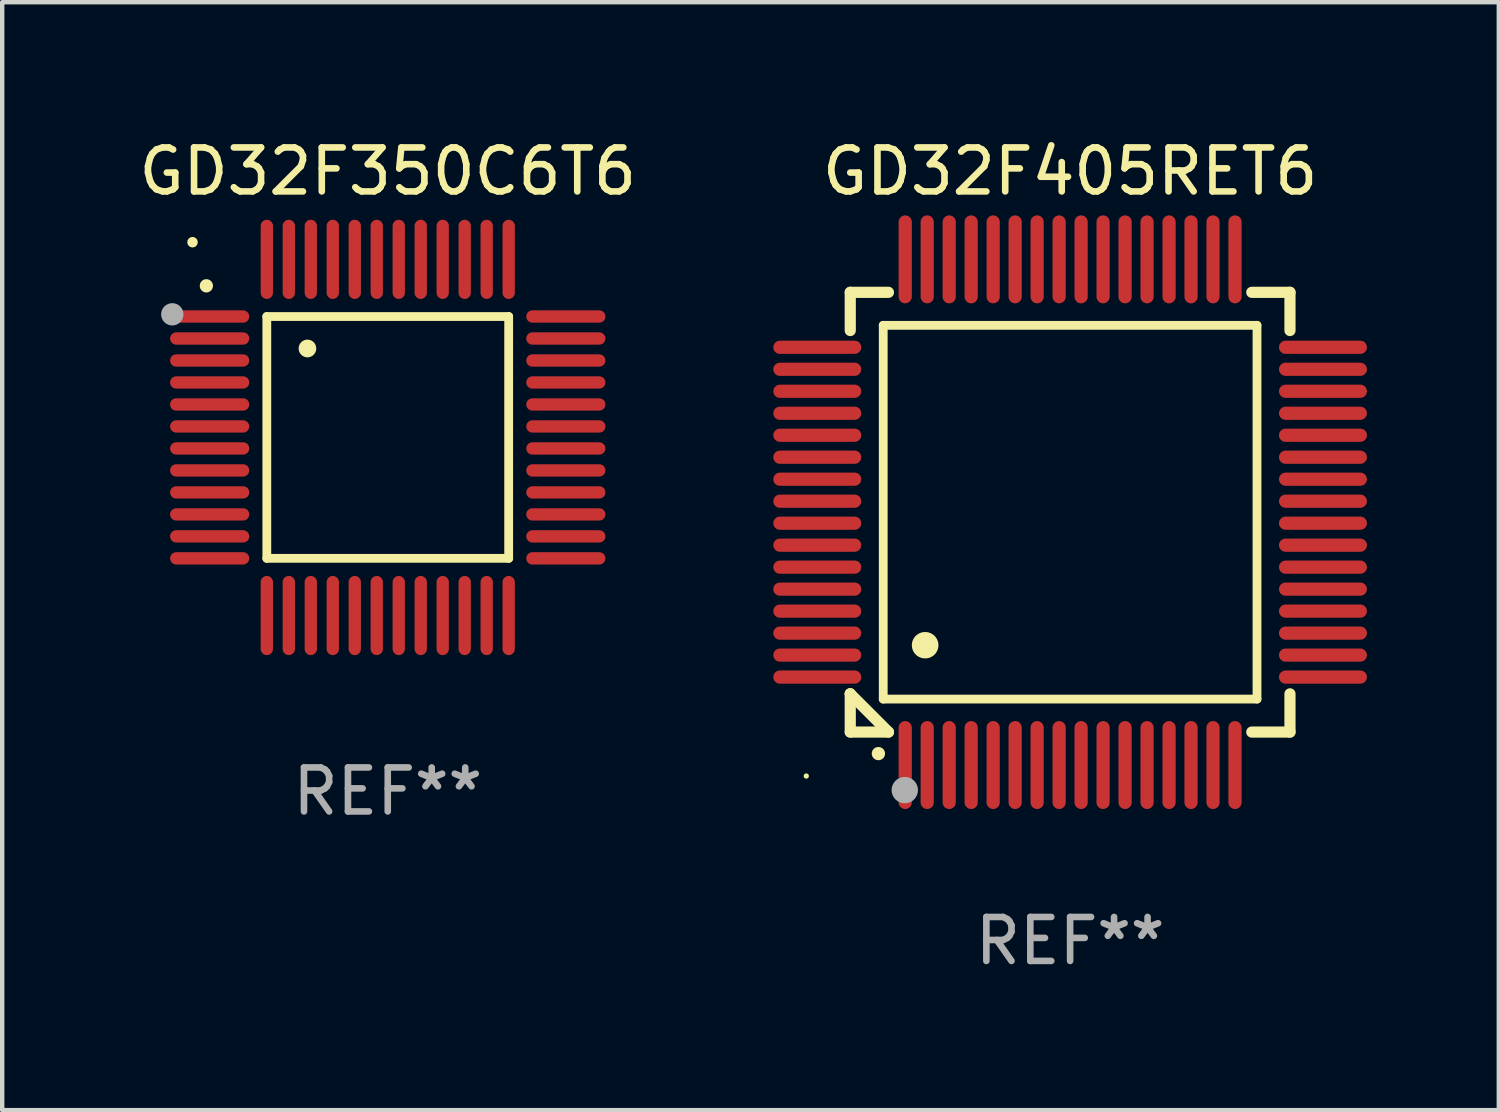
<source format=kicad_pcb>
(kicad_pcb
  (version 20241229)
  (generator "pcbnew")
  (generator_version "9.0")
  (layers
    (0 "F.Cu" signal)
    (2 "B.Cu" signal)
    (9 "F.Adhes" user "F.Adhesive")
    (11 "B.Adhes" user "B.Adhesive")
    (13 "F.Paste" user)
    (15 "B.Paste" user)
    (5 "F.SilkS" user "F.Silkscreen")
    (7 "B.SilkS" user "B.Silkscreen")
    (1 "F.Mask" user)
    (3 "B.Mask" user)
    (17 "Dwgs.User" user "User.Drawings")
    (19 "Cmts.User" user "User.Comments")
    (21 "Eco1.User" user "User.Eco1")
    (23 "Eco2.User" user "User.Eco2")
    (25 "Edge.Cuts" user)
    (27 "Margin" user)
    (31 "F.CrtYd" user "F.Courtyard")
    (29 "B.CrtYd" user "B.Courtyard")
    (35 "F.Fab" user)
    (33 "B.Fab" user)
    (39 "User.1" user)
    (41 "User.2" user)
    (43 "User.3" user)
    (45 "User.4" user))
  (footprint "GD32F350C6T6"
    (layer "F.Cu")
    (at 5.768 6.898)
    (property "Reference" "GD32F350C6T6" (at 0 -6.05 0) (layer "F.SilkS") (effects (font (size 1 1) (thickness 0.15))))
    (attr through_hole)
    (fp_line (start -2.75 -2.75) (end 2.75 -2.75) (stroke (width 0.2) (type solid)) (layer "F.SilkS"))
    (fp_line (start -2.75 2.75) (end -2.75 -2.75) (stroke (width 0.2) (type solid)) (layer "F.SilkS"))
    (fp_line (start 2.75 -2.75) (end 2.75 2.75) (stroke (width 0.2) (type solid)) (layer "F.SilkS"))
    (fp_line (start 2.75 2.75) (end -2.75 2.75) (stroke (width 0.2) (type solid)) (layer "F.SilkS"))
    (fp_arc (start -4.124968 -3.446787) (mid -4.124973 -3.448057) (end -4.124968 -3.449327) (stroke (width 0.3) (type solid)) (layer "F.SilkS"))
    (fp_arc (start -1.826264 -2.021844) (mid -1.826268 -2.023114) (end -1.826264 -2.024384) (stroke (width 0.4) (type solid)) (layer "F.SilkS"))
    (fp_circle (center -4.44 -4.44) (end -4.38 -4.44) (stroke (width 0.12) (type solid)) (fill no) (layer "F.SilkS"))
    (fp_circle (center -4.9 -2.8) (end -4.773 -2.8) (stroke (width 0.254) (type solid)) (fill no) (layer "F.Fab"))
    (fp_text user "REF**" (at 0 8.05 0) (layer "F.Fab") (effects (font (size 1 1) (thickness 0.15))))
    (pad "1" smd oval (at -4.05 -2.75 90) (size 0.28 1.8) (layers "F.Cu" "F.Mask" "F.Paste"))
    (pad "2" smd oval (at -4.05 -2.25 90) (size 0.28 1.8) (layers "F.Cu" "F.Mask" "F.Paste"))
    (pad "3" smd oval (at -4.05 -1.75 90) (size 0.28 1.8) (layers "F.Cu" "F.Mask" "F.Paste"))
    (pad "4" smd oval (at -4.05 -1.25 90) (size 0.28 1.8) (layers "F.Cu" "F.Mask" "F.Paste"))
    (pad "5" smd oval (at -4.05 -0.75 90) (size 0.28 1.8) (layers "F.Cu" "F.Mask" "F.Paste"))
    (pad "6" smd oval (at -4.05 -0.25 90) (size 0.28 1.8) (layers "F.Cu" "F.Mask" "F.Paste"))
    (pad "7" smd oval (at -4.05 0.25 90) (size 0.28 1.8) (layers "F.Cu" "F.Mask" "F.Paste"))
    (pad "8" smd oval (at -4.05 0.75 90) (size 0.28 1.8) (layers "F.Cu" "F.Mask" "F.Paste"))
    (pad "9" smd oval (at -4.05 1.25 90) (size 0.28 1.8) (layers "F.Cu" "F.Mask" "F.Paste"))
    (pad "10" smd oval (at -4.05 1.75 90) (size 0.28 1.8) (layers "F.Cu" "F.Mask" "F.Paste"))
    (pad "11" smd oval (at -4.05 2.25 90) (size 0.28 1.8) (layers "F.Cu" "F.Mask" "F.Paste"))
    (pad "12" smd oval (at -4.05 2.75 90) (size 0.28 1.8) (layers "F.Cu" "F.Mask" "F.Paste"))
    (pad "13" smd oval (at -2.75 4.05) (size 0.28 1.8) (layers "F.Cu" "F.Mask" "F.Paste"))
    (pad "14" smd oval (at -2.25 4.05) (size 0.28 1.8) (layers "F.Cu" "F.Mask" "F.Paste"))
    (pad "15" smd oval (at -1.75 4.05) (size 0.28 1.8) (layers "F.Cu" "F.Mask" "F.Paste"))
    (pad "16" smd oval (at -1.25 4.05) (size 0.28 1.8) (layers "F.Cu" "F.Mask" "F.Paste"))
    (pad "17" smd oval (at -0.75 4.05) (size 0.28 1.8) (layers "F.Cu" "F.Mask" "F.Paste"))
    (pad "18" smd oval (at -0.25 4.05) (size 0.28 1.8) (layers "F.Cu" "F.Mask" "F.Paste"))
    (pad "19" smd oval (at 0.25 4.05) (size 0.28 1.8) (layers "F.Cu" "F.Mask" "F.Paste"))
    (pad "20" smd oval (at 0.75 4.05) (size 0.28 1.8) (layers "F.Cu" "F.Mask" "F.Paste"))
    (pad "21" smd oval (at 1.25 4.05) (size 0.28 1.8) (layers "F.Cu" "F.Mask" "F.Paste"))
    (pad "22" smd oval (at 1.75 4.05) (size 0.28 1.8) (layers "F.Cu" "F.Mask" "F.Paste"))
    (pad "23" smd oval (at 2.25 4.05) (size 0.28 1.8) (layers "F.Cu" "F.Mask" "F.Paste"))
    (pad "24" smd oval (at 2.75 4.05) (size 0.28 1.8) (layers "F.Cu" "F.Mask" "F.Paste"))
    (pad "25" smd oval (at 4.05 2.75 90) (size 0.28 1.8) (layers "F.Cu" "F.Mask" "F.Paste"))
    (pad "26" smd oval (at 4.05 2.25 90) (size 0.28 1.8) (layers "F.Cu" "F.Mask" "F.Paste"))
    (pad "27" smd oval (at 4.05 1.75 90) (size 0.28 1.8) (layers "F.Cu" "F.Mask" "F.Paste"))
    (pad "28" smd oval (at 4.05 1.25 90) (size 0.28 1.8) (layers "F.Cu" "F.Mask" "F.Paste"))
    (pad "29" smd oval (at 4.05 0.75 90) (size 0.28 1.8) (layers "F.Cu" "F.Mask" "F.Paste"))
    (pad "30" smd oval (at 4.05 0.25 90) (size 0.28 1.8) (layers "F.Cu" "F.Mask" "F.Paste"))
    (pad "31" smd oval (at 4.05 -0.25 90) (size 0.28 1.8) (layers "F.Cu" "F.Mask" "F.Paste"))
    (pad "32" smd oval (at 4.05 -0.75 90) (size 0.28 1.8) (layers "F.Cu" "F.Mask" "F.Paste"))
    (pad "33" smd oval (at 4.05 -1.25 90) (size 0.28 1.8) (layers "F.Cu" "F.Mask" "F.Paste"))
    (pad "34" smd oval (at 4.05 -1.75 90) (size 0.28 1.8) (layers "F.Cu" "F.Mask" "F.Paste"))
    (pad "35" smd oval (at 4.05 -2.25 90) (size 0.28 1.8) (layers "F.Cu" "F.Mask" "F.Paste"))
    (pad "36" smd oval (at 4.05 -2.75 90) (size 0.28 1.8) (layers "F.Cu" "F.Mask" "F.Paste"))
    (pad "37" smd oval (at 2.75 -4.05) (size 0.28 1.8) (layers "F.Cu" "F.Mask" "F.Paste"))
    (pad "38" smd oval (at 2.25 -4.05) (size 0.28 1.8) (layers "F.Cu" "F.Mask" "F.Paste"))
    (pad "39" smd oval (at 1.75 -4.05) (size 0.28 1.8) (layers "F.Cu" "F.Mask" "F.Paste"))
    (pad "40" smd oval (at 1.25 -4.05) (size 0.28 1.8) (layers "F.Cu" "F.Mask" "F.Paste"))
    (pad "41" smd oval (at 0.75 -4.05) (size 0.28 1.8) (layers "F.Cu" "F.Mask" "F.Paste"))
    (pad "42" smd oval (at 0.25 -4.05) (size 0.28 1.8) (layers "F.Cu" "F.Mask" "F.Paste"))
    (pad "43" smd oval (at -0.25 -4.05) (size 0.28 1.8) (layers "F.Cu" "F.Mask" "F.Paste"))
    (pad "44" smd oval (at -0.75 -4.05) (size 0.28 1.8) (layers "F.Cu" "F.Mask" "F.Paste"))
    (pad "45" smd oval (at -1.25 -4.05) (size 0.28 1.8) (layers "F.Cu" "F.Mask" "F.Paste"))
    (pad "46" smd oval (at -1.75 -4.05) (size 0.28 1.8) (layers "F.Cu" "F.Mask" "F.Paste"))
    (pad "47" smd oval (at -2.25 -4.05) (size 0.28 1.8) (layers "F.Cu" "F.Mask" "F.Paste"))
    (pad "48" smd oval (at -2.75 -4.05) (size 0.28 1.8) (layers "F.Cu" "F.Mask" "F.Paste")))
  (footprint "GD32F405RET6"
    (layer "F.Cu")
    (at 21.286 8.598)
    (property "Reference" "GD32F405RET6" (at 0 -7.75 0) (layer "F.SilkS") (effects (font (size 1 1) (thickness 0.15))))
    (attr through_hole)
    (fp_line (start -5 -5) (end -4.131 -5) (stroke (width 0.254) (type solid)) (layer "F.SilkS"))
    (fp_line (start -5 -4.131) (end -5 -5) (stroke (width 0.254) (type solid)) (layer "F.SilkS"))
    (fp_line (start -5 4.131) (end -5 4.131) (stroke (width 0.254) (type solid)) (layer "F.SilkS"))
    (fp_line (start -5 5) (end -5 4.131) (stroke (width 0.254) (type solid)) (layer "F.SilkS"))
    (fp_line (start -5 4.131) (end -4.131 5) (stroke (width 0.254) (type solid)) (layer "F.SilkS"))
    (fp_line (start -4.25 -4.25) (end -4.25 4.25) (stroke (width 0.2) (type solid)) (layer "F.SilkS"))
    (fp_line (start -4.25 4.25) (end 4.25 4.25) (stroke (width 0.2) (type solid)) (layer "F.SilkS"))
    (fp_line (start -4.131 5) (end -5 5) (stroke (width 0.254) (type solid)) (layer "F.SilkS"))
    (fp_line (start 4.25 -4.25) (end -4.25 -4.25) (stroke (width 0.2) (type solid)) (layer "F.SilkS"))
    (fp_line (start 4.25 4.25) (end 4.25 -4.25) (stroke (width 0.2) (type solid)) (layer "F.SilkS"))
    (fp_line (start 5 -5) (end 4.131 -5) (stroke (width 0.254) (type solid)) (layer "F.SilkS"))
    (fp_line (start 5 -5) (end 5 -4.131) (stroke (width 0.254) (type solid)) (layer "F.SilkS"))
    (fp_line (start 5 4.131) (end 5 5) (stroke (width 0.254) (type solid)) (layer "F.SilkS"))
    (fp_line (start 5 5) (end 4.131 5) (stroke (width 0.254) (type solid)) (layer "F.SilkS"))
    (fp_arc (start -4.361265 5.489992) (mid -4.359995 5.489987) (end -4.358725 5.489992) (stroke (width 0.3) (type solid)) (layer "F.SilkS"))
    (fp_arc (start -3.299467 3.025146) (mid -3.296927 3.025135) (end -3.294387 3.025146) (stroke (width 0.6) (type solid)) (layer "F.SilkS"))
    (fp_circle (center -6 6) (end -5.97 6) (stroke (width 0.06) (type solid)) (fill no) (layer "F.SilkS"))
    (fp_circle (center -3.76 6.32) (end -3.61 6.32) (stroke (width 0.3) (type solid)) (fill no) (layer "F.Fab"))
    (fp_text user "REF**" (at 0 9.75 0) (layer "F.Fab") (effects (font (size 1 1) (thickness 0.15))))
    (pad "1" smd oval (at -3.75 5.75) (size 0.3 2) (layers "F.Cu" "F.Mask" "F.Paste"))
    (pad "2" smd oval (at -3.25 5.75) (size 0.3 2) (layers "F.Cu" "F.Mask" "F.Paste"))
    (pad "3" smd oval (at -2.75 5.75) (size 0.3 2) (layers "F.Cu" "F.Mask" "F.Paste"))
    (pad "4" smd oval (at -2.25 5.75) (size 0.3 2) (layers "F.Cu" "F.Mask" "F.Paste"))
    (pad "5" smd oval (at -1.75 5.75) (size 0.3 2) (layers "F.Cu" "F.Mask" "F.Paste"))
    (pad "6" smd oval (at -1.25 5.75) (size 0.3 2) (layers "F.Cu" "F.Mask" "F.Paste"))
    (pad "7" smd oval (at -0.75 5.75) (size 0.3 2) (layers "F.Cu" "F.Mask" "F.Paste"))
    (pad "8" smd oval (at -0.25 5.75) (size 0.3 2) (layers "F.Cu" "F.Mask" "F.Paste"))
    (pad "9" smd oval (at 0.25 5.75) (size 0.3 2) (layers "F.Cu" "F.Mask" "F.Paste"))
    (pad "10" smd oval (at 0.75 5.75) (size 0.3 2) (layers "F.Cu" "F.Mask" "F.Paste"))
    (pad "11" smd oval (at 1.25 5.75) (size 0.3 2) (layers "F.Cu" "F.Mask" "F.Paste"))
    (pad "12" smd oval (at 1.75 5.75) (size 0.3 2) (layers "F.Cu" "F.Mask" "F.Paste"))
    (pad "13" smd oval (at 2.25 5.75) (size 0.3 2) (layers "F.Cu" "F.Mask" "F.Paste"))
    (pad "14" smd oval (at 2.75 5.75) (size 0.3 2) (layers "F.Cu" "F.Mask" "F.Paste"))
    (pad "15" smd oval (at 3.25 5.75) (size 0.3 2) (layers "F.Cu" "F.Mask" "F.Paste"))
    (pad "16" smd oval (at 3.75 5.75) (size 0.3 2) (layers "F.Cu" "F.Mask" "F.Paste"))
    (pad "17" smd oval (at 5.75 3.75) (size 2 0.3) (layers "F.Cu" "F.Mask" "F.Paste"))
    (pad "18" smd oval (at 5.75 3.25) (size 2 0.3) (layers "F.Cu" "F.Mask" "F.Paste"))
    (pad "19" smd oval (at 5.75 2.75) (size 2 0.3) (layers "F.Cu" "F.Mask" "F.Paste"))
    (pad "20" smd oval (at 5.75 2.25) (size 2 0.3) (layers "F.Cu" "F.Mask" "F.Paste"))
    (pad "21" smd oval (at 5.75 1.75) (size 2 0.3) (layers "F.Cu" "F.Mask" "F.Paste"))
    (pad "22" smd oval (at 5.75 1.25) (size 2 0.3) (layers "F.Cu" "F.Mask" "F.Paste"))
    (pad "23" smd oval (at 5.75 0.75) (size 2 0.3) (layers "F.Cu" "F.Mask" "F.Paste"))
    (pad "24" smd oval (at 5.75 0.25) (size 2 0.3) (layers "F.Cu" "F.Mask" "F.Paste"))
    (pad "25" smd oval (at 5.75 -0.25) (size 2 0.3) (layers "F.Cu" "F.Mask" "F.Paste"))
    (pad "26" smd oval (at 5.75 -0.75) (size 2 0.3) (layers "F.Cu" "F.Mask" "F.Paste"))
    (pad "27" smd oval (at 5.75 -1.25) (size 2 0.3) (layers "F.Cu" "F.Mask" "F.Paste"))
    (pad "28" smd oval (at 5.75 -1.75) (size 2 0.3) (layers "F.Cu" "F.Mask" "F.Paste"))
    (pad "29" smd oval (at 5.75 -2.25) (size 2 0.3) (layers "F.Cu" "F.Mask" "F.Paste"))
    (pad "30" smd oval (at 5.75 -2.75) (size 2 0.3) (layers "F.Cu" "F.Mask" "F.Paste"))
    (pad "31" smd oval (at 5.75 -3.25) (size 2 0.3) (layers "F.Cu" "F.Mask" "F.Paste"))
    (pad "32" smd oval (at 5.75 -3.75) (size 2 0.3) (layers "F.Cu" "F.Mask" "F.Paste"))
    (pad "33" smd oval (at 3.75 -5.75) (size 0.3 2) (layers "F.Cu" "F.Mask" "F.Paste"))
    (pad "34" smd oval (at 3.25 -5.75) (size 0.3 2) (layers "F.Cu" "F.Mask" "F.Paste"))
    (pad "35" smd oval (at 2.75 -5.75) (size 0.3 2) (layers "F.Cu" "F.Mask" "F.Paste"))
    (pad "36" smd oval (at 2.25 -5.75) (size 0.3 2) (layers "F.Cu" "F.Mask" "F.Paste"))
    (pad "37" smd oval (at 1.75 -5.75) (size 0.3 2) (layers "F.Cu" "F.Mask" "F.Paste"))
    (pad "38" smd oval (at 1.25 -5.75) (size 0.3 2) (layers "F.Cu" "F.Mask" "F.Paste"))
    (pad "39" smd oval (at 0.75 -5.75) (size 0.3 2) (layers "F.Cu" "F.Mask" "F.Paste"))
    (pad "40" smd oval (at 0.25 -5.75) (size 0.3 2) (layers "F.Cu" "F.Mask" "F.Paste"))
    (pad "41" smd oval (at -0.25 -5.75) (size 0.3 2) (layers "F.Cu" "F.Mask" "F.Paste"))
    (pad "42" smd oval (at -0.75 -5.75) (size 0.3 2) (layers "F.Cu" "F.Mask" "F.Paste"))
    (pad "43" smd oval (at -1.25 -5.75) (size 0.3 2) (layers "F.Cu" "F.Mask" "F.Paste"))
    (pad "44" smd oval (at -1.75 -5.75) (size 0.3 2) (layers "F.Cu" "F.Mask" "F.Paste"))
    (pad "45" smd oval (at -2.25 -5.75) (size 0.3 2) (layers "F.Cu" "F.Mask" "F.Paste"))
    (pad "46" smd oval (at -2.75 -5.75) (size 0.3 2) (layers "F.Cu" "F.Mask" "F.Paste"))
    (pad "47" smd oval (at -3.25 -5.75) (size 0.3 2) (layers "F.Cu" "F.Mask" "F.Paste"))
    (pad "48" smd oval (at -3.75 -5.75) (size 0.3 2) (layers "F.Cu" "F.Mask" "F.Paste"))
    (pad "49" smd oval (at -5.75 -3.75) (size 2 0.3) (layers "F.Cu" "F.Mask" "F.Paste"))
    (pad "50" smd oval (at -5.75 -3.25) (size 2 0.3) (layers "F.Cu" "F.Mask" "F.Paste"))
    (pad "51" smd oval (at -5.75 -2.75) (size 2 0.3) (layers "F.Cu" "F.Mask" "F.Paste"))
    (pad "52" smd oval (at -5.75 -2.25) (size 2 0.3) (layers "F.Cu" "F.Mask" "F.Paste"))
    (pad "53" smd oval (at -5.75 -1.75) (size 2 0.3) (layers "F.Cu" "F.Mask" "F.Paste"))
    (pad "54" smd oval (at -5.75 -1.25) (size 2 0.3) (layers "F.Cu" "F.Mask" "F.Paste"))
    (pad "55" smd oval (at -5.75 -0.75) (size 2 0.3) (layers "F.Cu" "F.Mask" "F.Paste"))
    (pad "56" smd oval (at -5.75 -0.25) (size 2 0.3) (layers "F.Cu" "F.Mask" "F.Paste"))
    (pad "57" smd oval (at -5.75 0.25) (size 2 0.3) (layers "F.Cu" "F.Mask" "F.Paste"))
    (pad "58" smd oval (at -5.75 0.75) (size 2 0.3) (layers "F.Cu" "F.Mask" "F.Paste"))
    (pad "59" smd oval (at -5.75 1.25) (size 2 0.3) (layers "F.Cu" "F.Mask" "F.Paste"))
    (pad "60" smd oval (at -5.75 1.75) (size 2 0.3) (layers "F.Cu" "F.Mask" "F.Paste"))
    (pad "61" smd oval (at -5.75 2.25) (size 2 0.3) (layers "F.Cu" "F.Mask" "F.Paste"))
    (pad "62" smd oval (at -5.75 2.75) (size 2 0.3) (layers "F.Cu" "F.Mask" "F.Paste"))
    (pad "63" smd oval (at -5.75 3.25) (size 2 0.3) (layers "F.Cu" "F.Mask" "F.Paste"))
    (pad "64" smd oval (at -5.75 3.75) (size 2 0.3) (layers "F.Cu" "F.Mask" "F.Paste")))
  (gr_rect
    (start -3 -3)
    (end 31.035 22.196)
    (stroke (width 0.1) (type default))
    (fill no)
    (layer "Edge.Cuts")))
</source>
